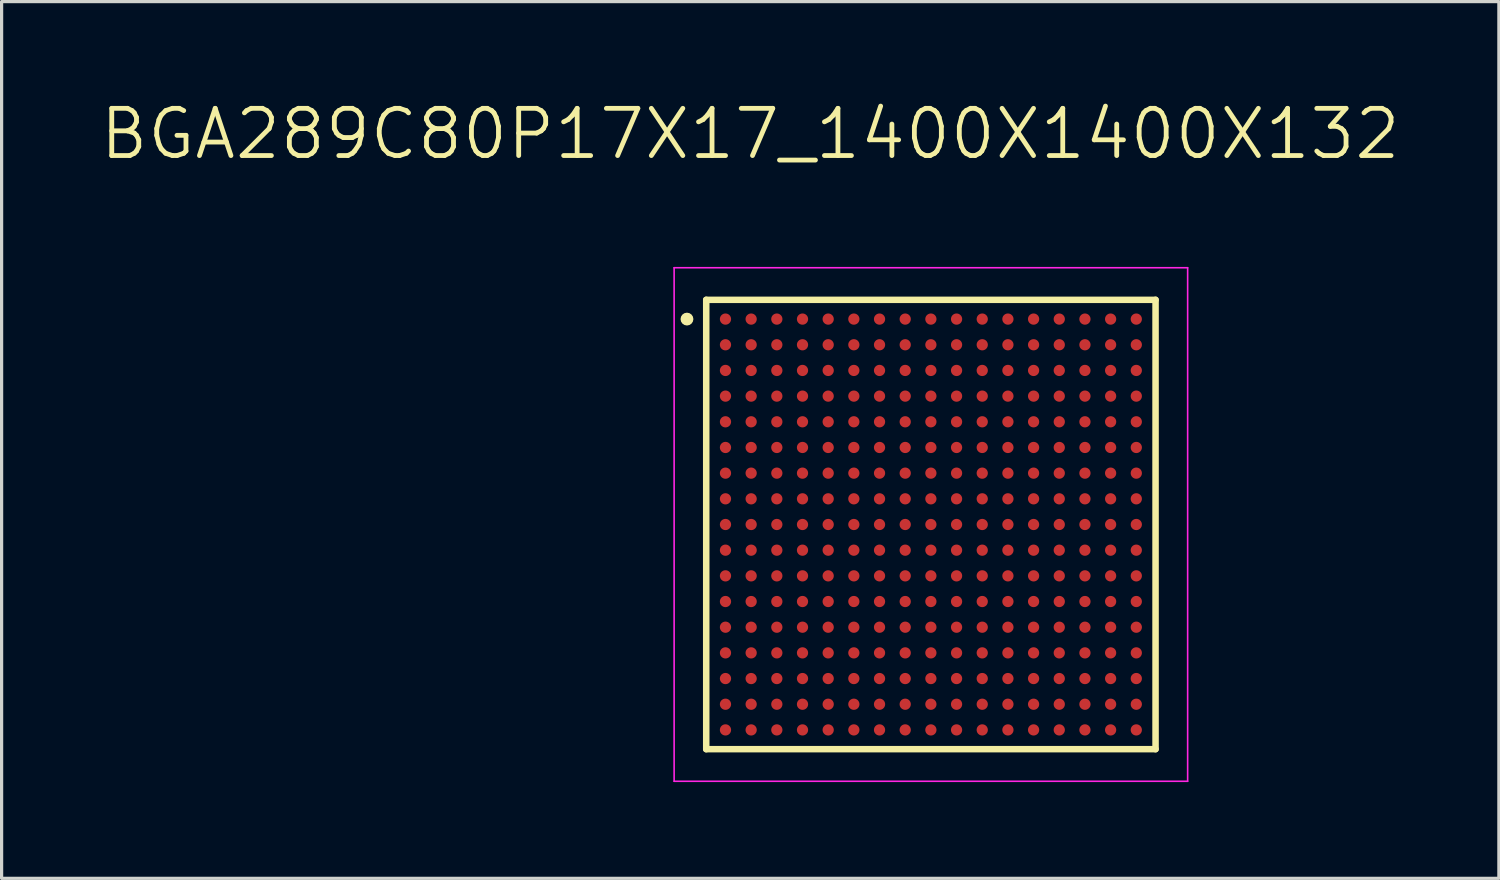
<source format=kicad_pcb>
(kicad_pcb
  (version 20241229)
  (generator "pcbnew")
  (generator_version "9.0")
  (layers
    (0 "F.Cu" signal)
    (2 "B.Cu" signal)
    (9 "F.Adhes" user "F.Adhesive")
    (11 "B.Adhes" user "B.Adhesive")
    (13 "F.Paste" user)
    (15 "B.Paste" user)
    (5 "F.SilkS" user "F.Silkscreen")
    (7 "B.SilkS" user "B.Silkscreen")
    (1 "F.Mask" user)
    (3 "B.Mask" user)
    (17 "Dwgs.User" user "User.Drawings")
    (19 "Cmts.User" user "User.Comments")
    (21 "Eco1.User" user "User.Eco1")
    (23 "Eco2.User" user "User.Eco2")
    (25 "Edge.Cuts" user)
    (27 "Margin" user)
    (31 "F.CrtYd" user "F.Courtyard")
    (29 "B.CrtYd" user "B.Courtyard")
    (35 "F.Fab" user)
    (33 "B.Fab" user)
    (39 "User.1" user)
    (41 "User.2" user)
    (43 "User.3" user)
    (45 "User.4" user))
  (footprint "BGA289C80P17X17_1400X1400X132"
    (layer "F.Cu")
    (at 25.954 13.292)
    (property "Reference" "BGA289C80P17X17_1400X1400X132" (at -5.628 -12.168 0) (layer "F.SilkS") (effects (font (size 1.471 1.471) (thickness 0.15))))
    (attr through_hole)
    (fp_line (start -7 -7) (end -7 7) (stroke (width 0.203) (type solid)) (layer "F.SilkS"))
    (fp_line (start -7 7) (end 7 7) (stroke (width 0.203) (type solid)) (layer "F.SilkS"))
    (fp_line (start 7 -7) (end -7 -7) (stroke (width 0.203) (type solid)) (layer "F.SilkS"))
    (fp_line (start 7 7) (end 7 -7) (stroke (width 0.203) (type solid)) (layer "F.SilkS"))
    (fp_circle (center -7.6 -6.4) (end -7.5 -6.4) (stroke (width 0.2) (type solid)) (fill no) (layer "F.SilkS"))
    (fp_line (start -8 -8) (end 8 -8) (stroke (width 0.05) (type solid)) (layer "F.CrtYd"))
    (fp_line (start -8 8) (end -8 -8) (stroke (width 0.05) (type solid)) (layer "F.CrtYd"))
    (fp_line (start 8 -8) (end 8 8) (stroke (width 0.05) (type solid)) (layer "F.CrtYd"))
    (fp_line (start 8 8) (end -8 8) (stroke (width 0.05) (type solid)) (layer "F.CrtYd"))
    (pad "A1" smd circle (at -6.4 -6.4) (size 0.35 0.35) (layers "F.Cu" "F.Mask" "F.Paste"))
    (pad "A2" smd circle (at -5.6 -6.4) (size 0.35 0.35) (layers "F.Cu" "F.Mask" "F.Paste"))
    (pad "A3" smd circle (at -4.8 -6.4) (size 0.35 0.35) (layers "F.Cu" "F.Mask" "F.Paste"))
    (pad "A4" smd circle (at -4 -6.4) (size 0.35 0.35) (layers "F.Cu" "F.Mask" "F.Paste"))
    (pad "A5" smd circle (at -3.2 -6.4) (size 0.35 0.35) (layers "F.Cu" "F.Mask" "F.Paste"))
    (pad "A6" smd circle (at -2.4 -6.4) (size 0.35 0.35) (layers "F.Cu" "F.Mask" "F.Paste"))
    (pad "A7" smd circle (at -1.6 -6.4) (size 0.35 0.35) (layers "F.Cu" "F.Mask" "F.Paste"))
    (pad "A8" smd circle (at -0.8 -6.4) (size 0.35 0.35) (layers "F.Cu" "F.Mask" "F.Paste"))
    (pad "A9" smd circle (at 0 -6.4) (size 0.35 0.35) (layers "F.Cu" "F.Mask" "F.Paste"))
    (pad "A10" smd circle (at 0.8 -6.4) (size 0.35 0.35) (layers "F.Cu" "F.Mask" "F.Paste"))
    (pad "A11" smd circle (at 1.6 -6.4) (size 0.35 0.35) (layers "F.Cu" "F.Mask" "F.Paste"))
    (pad "A12" smd circle (at 2.4 -6.4) (size 0.35 0.35) (layers "F.Cu" "F.Mask" "F.Paste"))
    (pad "A13" smd circle (at 3.2 -6.4) (size 0.35 0.35) (layers "F.Cu" "F.Mask" "F.Paste"))
    (pad "A14" smd circle (at 4 -6.4) (size 0.35 0.35) (layers "F.Cu" "F.Mask" "F.Paste"))
    (pad "A15" smd circle (at 4.8 -6.4) (size 0.35 0.35) (layers "F.Cu" "F.Mask" "F.Paste"))
    (pad "A16" smd circle (at 5.6 -6.4) (size 0.35 0.35) (layers "F.Cu" "F.Mask" "F.Paste"))
    (pad "A17" smd circle (at 6.4 -6.4) (size 0.35 0.35) (layers "F.Cu" "F.Mask" "F.Paste"))
    (pad "B1" smd circle (at -6.4 -5.6) (size 0.35 0.35) (layers "F.Cu" "F.Mask" "F.Paste"))
    (pad "B2" smd circle (at -5.6 -5.6) (size 0.35 0.35) (layers "F.Cu" "F.Mask" "F.Paste"))
    (pad "B3" smd circle (at -4.8 -5.6) (size 0.35 0.35) (layers "F.Cu" "F.Mask" "F.Paste"))
    (pad "B4" smd circle (at -4 -5.6) (size 0.35 0.35) (layers "F.Cu" "F.Mask" "F.Paste"))
    (pad "B5" smd circle (at -3.2 -5.6) (size 0.35 0.35) (layers "F.Cu" "F.Mask" "F.Paste"))
    (pad "B6" smd circle (at -2.4 -5.6) (size 0.35 0.35) (layers "F.Cu" "F.Mask" "F.Paste"))
    (pad "B7" smd circle (at -1.6 -5.6) (size 0.35 0.35) (layers "F.Cu" "F.Mask" "F.Paste"))
    (pad "B8" smd circle (at -0.8 -5.6) (size 0.35 0.35) (layers "F.Cu" "F.Mask" "F.Paste"))
    (pad "B9" smd circle (at 0 -5.6) (size 0.35 0.35) (layers "F.Cu" "F.Mask" "F.Paste"))
    (pad "B10" smd circle (at 0.8 -5.6) (size 0.35 0.35) (layers "F.Cu" "F.Mask" "F.Paste"))
    (pad "B11" smd circle (at 1.6 -5.6) (size 0.35 0.35) (layers "F.Cu" "F.Mask" "F.Paste"))
    (pad "B12" smd circle (at 2.4 -5.6) (size 0.35 0.35) (layers "F.Cu" "F.Mask" "F.Paste"))
    (pad "B13" smd circle (at 3.2 -5.6) (size 0.35 0.35) (layers "F.Cu" "F.Mask" "F.Paste"))
    (pad "B14" smd circle (at 4 -5.6) (size 0.35 0.35) (layers "F.Cu" "F.Mask" "F.Paste"))
    (pad "B15" smd circle (at 4.8 -5.6) (size 0.35 0.35) (layers "F.Cu" "F.Mask" "F.Paste"))
    (pad "B16" smd circle (at 5.6 -5.6) (size 0.35 0.35) (layers "F.Cu" "F.Mask" "F.Paste"))
    (pad "B17" smd circle (at 6.4 -5.6) (size 0.35 0.35) (layers "F.Cu" "F.Mask" "F.Paste"))
    (pad "C1" smd circle (at -6.4 -4.8) (size 0.35 0.35) (layers "F.Cu" "F.Mask" "F.Paste"))
    (pad "C2" smd circle (at -5.6 -4.8) (size 0.35 0.35) (layers "F.Cu" "F.Mask" "F.Paste"))
    (pad "C3" smd circle (at -4.8 -4.8) (size 0.35 0.35) (layers "F.Cu" "F.Mask" "F.Paste"))
    (pad "C4" smd circle (at -4 -4.8) (size 0.35 0.35) (layers "F.Cu" "F.Mask" "F.Paste"))
    (pad "C5" smd circle (at -3.2 -4.8) (size 0.35 0.35) (layers "F.Cu" "F.Mask" "F.Paste"))
    (pad "C6" smd circle (at -2.4 -4.8) (size 0.35 0.35) (layers "F.Cu" "F.Mask" "F.Paste"))
    (pad "C7" smd circle (at -1.6 -4.8) (size 0.35 0.35) (layers "F.Cu" "F.Mask" "F.Paste"))
    (pad "C8" smd circle (at -0.8 -4.8) (size 0.35 0.35) (layers "F.Cu" "F.Mask" "F.Paste"))
    (pad "C9" smd circle (at 0 -4.8) (size 0.35 0.35) (layers "F.Cu" "F.Mask" "F.Paste"))
    (pad "C10" smd circle (at 0.8 -4.8) (size 0.35 0.35) (layers "F.Cu" "F.Mask" "F.Paste"))
    (pad "C11" smd circle (at 1.6 -4.8) (size 0.35 0.35) (layers "F.Cu" "F.Mask" "F.Paste"))
    (pad "C12" smd circle (at 2.4 -4.8) (size 0.35 0.35) (layers "F.Cu" "F.Mask" "F.Paste"))
    (pad "C13" smd circle (at 3.2 -4.8) (size 0.35 0.35) (layers "F.Cu" "F.Mask" "F.Paste"))
    (pad "C14" smd circle (at 4 -4.8) (size 0.35 0.35) (layers "F.Cu" "F.Mask" "F.Paste"))
    (pad "C15" smd circle (at 4.8 -4.8) (size 0.35 0.35) (layers "F.Cu" "F.Mask" "F.Paste"))
    (pad "C16" smd circle (at 5.6 -4.8) (size 0.35 0.35) (layers "F.Cu" "F.Mask" "F.Paste"))
    (pad "C17" smd circle (at 6.4 -4.8) (size 0.35 0.35) (layers "F.Cu" "F.Mask" "F.Paste"))
    (pad "D1" smd circle (at -6.4 -4) (size 0.35 0.35) (layers "F.Cu" "F.Mask" "F.Paste"))
    (pad "D2" smd circle (at -5.6 -4) (size 0.35 0.35) (layers "F.Cu" "F.Mask" "F.Paste"))
    (pad "D3" smd circle (at -4.8 -4) (size 0.35 0.35) (layers "F.Cu" "F.Mask" "F.Paste"))
    (pad "D4" smd circle (at -4 -4) (size 0.35 0.35) (layers "F.Cu" "F.Mask" "F.Paste"))
    (pad "D5" smd circle (at -3.2 -4) (size 0.35 0.35) (layers "F.Cu" "F.Mask" "F.Paste"))
    (pad "D6" smd circle (at -2.4 -4) (size 0.35 0.35) (layers "F.Cu" "F.Mask" "F.Paste"))
    (pad "D7" smd circle (at -1.6 -4) (size 0.35 0.35) (layers "F.Cu" "F.Mask" "F.Paste"))
    (pad "D8" smd circle (at -0.8 -4) (size 0.35 0.35) (layers "F.Cu" "F.Mask" "F.Paste"))
    (pad "D9" smd circle (at 0 -4) (size 0.35 0.35) (layers "F.Cu" "F.Mask" "F.Paste"))
    (pad "D10" smd circle (at 0.8 -4) (size 0.35 0.35) (layers "F.Cu" "F.Mask" "F.Paste"))
    (pad "D11" smd circle (at 1.6 -4) (size 0.35 0.35) (layers "F.Cu" "F.Mask" "F.Paste"))
    (pad "D12" smd circle (at 2.4 -4) (size 0.35 0.35) (layers "F.Cu" "F.Mask" "F.Paste"))
    (pad "D13" smd circle (at 3.2 -4) (size 0.35 0.35) (layers "F.Cu" "F.Mask" "F.Paste"))
    (pad "D14" smd circle (at 4 -4) (size 0.35 0.35) (layers "F.Cu" "F.Mask" "F.Paste"))
    (pad "D15" smd circle (at 4.8 -4) (size 0.35 0.35) (layers "F.Cu" "F.Mask" "F.Paste"))
    (pad "D16" smd circle (at 5.6 -4) (size 0.35 0.35) (layers "F.Cu" "F.Mask" "F.Paste"))
    (pad "D17" smd circle (at 6.4 -4) (size 0.35 0.35) (layers "F.Cu" "F.Mask" "F.Paste"))
    (pad "E1" smd circle (at -6.4 -3.2) (size 0.35 0.35) (layers "F.Cu" "F.Mask" "F.Paste"))
    (pad "E2" smd circle (at -5.6 -3.2) (size 0.35 0.35) (layers "F.Cu" "F.Mask" "F.Paste"))
    (pad "E3" smd circle (at -4.8 -3.2) (size 0.35 0.35) (layers "F.Cu" "F.Mask" "F.Paste"))
    (pad "E4" smd circle (at -4 -3.2) (size 0.35 0.35) (layers "F.Cu" "F.Mask" "F.Paste"))
    (pad "E5" smd circle (at -3.2 -3.2) (size 0.35 0.35) (layers "F.Cu" "F.Mask" "F.Paste"))
    (pad "E6" smd circle (at -2.4 -3.2) (size 0.35 0.35) (layers "F.Cu" "F.Mask" "F.Paste"))
    (pad "E7" smd circle (at -1.6 -3.2) (size 0.35 0.35) (layers "F.Cu" "F.Mask" "F.Paste"))
    (pad "E8" smd circle (at -0.8 -3.2) (size 0.35 0.35) (layers "F.Cu" "F.Mask" "F.Paste"))
    (pad "E9" smd circle (at 0 -3.2) (size 0.35 0.35) (layers "F.Cu" "F.Mask" "F.Paste"))
    (pad "E10" smd circle (at 0.8 -3.2) (size 0.35 0.35) (layers "F.Cu" "F.Mask" "F.Paste"))
    (pad "E11" smd circle (at 1.6 -3.2) (size 0.35 0.35) (layers "F.Cu" "F.Mask" "F.Paste"))
    (pad "E12" smd circle (at 2.4 -3.2) (size 0.35 0.35) (layers "F.Cu" "F.Mask" "F.Paste"))
    (pad "E13" smd circle (at 3.2 -3.2) (size 0.35 0.35) (layers "F.Cu" "F.Mask" "F.Paste"))
    (pad "E14" smd circle (at 4 -3.2) (size 0.35 0.35) (layers "F.Cu" "F.Mask" "F.Paste"))
    (pad "E15" smd circle (at 4.8 -3.2) (size 0.35 0.35) (layers "F.Cu" "F.Mask" "F.Paste"))
    (pad "E16" smd circle (at 5.6 -3.2) (size 0.35 0.35) (layers "F.Cu" "F.Mask" "F.Paste"))
    (pad "E17" smd circle (at 6.4 -3.2) (size 0.35 0.35) (layers "F.Cu" "F.Mask" "F.Paste"))
    (pad "F1" smd circle (at -6.4 -2.4) (size 0.35 0.35) (layers "F.Cu" "F.Mask" "F.Paste"))
    (pad "F2" smd circle (at -5.6 -2.4) (size 0.35 0.35) (layers "F.Cu" "F.Mask" "F.Paste"))
    (pad "F3" smd circle (at -4.8 -2.4) (size 0.35 0.35) (layers "F.Cu" "F.Mask" "F.Paste"))
    (pad "F4" smd circle (at -4 -2.4) (size 0.35 0.35) (layers "F.Cu" "F.Mask" "F.Paste"))
    (pad "F5" smd circle (at -3.2 -2.4) (size 0.35 0.35) (layers "F.Cu" "F.Mask" "F.Paste"))
    (pad "F6" smd circle (at -2.4 -2.4) (size 0.35 0.35) (layers "F.Cu" "F.Mask" "F.Paste"))
    (pad "F7" smd circle (at -1.6 -2.4) (size 0.35 0.35) (layers "F.Cu" "F.Mask" "F.Paste"))
    (pad "F8" smd circle (at -0.8 -2.4) (size 0.35 0.35) (layers "F.Cu" "F.Mask" "F.Paste"))
    (pad "F9" smd circle (at 0 -2.4) (size 0.35 0.35) (layers "F.Cu" "F.Mask" "F.Paste"))
    (pad "F10" smd circle (at 0.8 -2.4) (size 0.35 0.35) (layers "F.Cu" "F.Mask" "F.Paste"))
    (pad "F11" smd circle (at 1.6 -2.4) (size 0.35 0.35) (layers "F.Cu" "F.Mask" "F.Paste"))
    (pad "F12" smd circle (at 2.4 -2.4) (size 0.35 0.35) (layers "F.Cu" "F.Mask" "F.Paste"))
    (pad "F13" smd circle (at 3.2 -2.4) (size 0.35 0.35) (layers "F.Cu" "F.Mask" "F.Paste"))
    (pad "F14" smd circle (at 4 -2.4) (size 0.35 0.35) (layers "F.Cu" "F.Mask" "F.Paste"))
    (pad "F15" smd circle (at 4.8 -2.4) (size 0.35 0.35) (layers "F.Cu" "F.Mask" "F.Paste"))
    (pad "F16" smd circle (at 5.6 -2.4) (size 0.35 0.35) (layers "F.Cu" "F.Mask" "F.Paste"))
    (pad "F17" smd circle (at 6.4 -2.4) (size 0.35 0.35) (layers "F.Cu" "F.Mask" "F.Paste"))
    (pad "G1" smd circle (at -6.4 -1.6) (size 0.35 0.35) (layers "F.Cu" "F.Mask" "F.Paste"))
    (pad "G2" smd circle (at -5.6 -1.6) (size 0.35 0.35) (layers "F.Cu" "F.Mask" "F.Paste"))
    (pad "G3" smd circle (at -4.8 -1.6) (size 0.35 0.35) (layers "F.Cu" "F.Mask" "F.Paste"))
    (pad "G4" smd circle (at -4 -1.6) (size 0.35 0.35) (layers "F.Cu" "F.Mask" "F.Paste"))
    (pad "G5" smd circle (at -3.2 -1.6) (size 0.35 0.35) (layers "F.Cu" "F.Mask" "F.Paste"))
    (pad "G6" smd circle (at -2.4 -1.6) (size 0.35 0.35) (layers "F.Cu" "F.Mask" "F.Paste"))
    (pad "G7" smd circle (at -1.6 -1.6) (size 0.35 0.35) (layers "F.Cu" "F.Mask" "F.Paste"))
    (pad "G8" smd circle (at -0.8 -1.6) (size 0.35 0.35) (layers "F.Cu" "F.Mask" "F.Paste"))
    (pad "G9" smd circle (at 0 -1.6) (size 0.35 0.35) (layers "F.Cu" "F.Mask" "F.Paste"))
    (pad "G10" smd circle (at 0.8 -1.6) (size 0.35 0.35) (layers "F.Cu" "F.Mask" "F.Paste"))
    (pad "G11" smd circle (at 1.6 -1.6) (size 0.35 0.35) (layers "F.Cu" "F.Mask" "F.Paste"))
    (pad "G12" smd circle (at 2.4 -1.6) (size 0.35 0.35) (layers "F.Cu" "F.Mask" "F.Paste"))
    (pad "G13" smd circle (at 3.2 -1.6) (size 0.35 0.35) (layers "F.Cu" "F.Mask" "F.Paste"))
    (pad "G14" smd circle (at 4 -1.6) (size 0.35 0.35) (layers "F.Cu" "F.Mask" "F.Paste"))
    (pad "G15" smd circle (at 4.8 -1.6) (size 0.35 0.35) (layers "F.Cu" "F.Mask" "F.Paste"))
    (pad "G16" smd circle (at 5.6 -1.6) (size 0.35 0.35) (layers "F.Cu" "F.Mask" "F.Paste"))
    (pad "G17" smd circle (at 6.4 -1.6) (size 0.35 0.35) (layers "F.Cu" "F.Mask" "F.Paste"))
    (pad "H1" smd circle (at -6.4 -0.8) (size 0.35 0.35) (layers "F.Cu" "F.Mask" "F.Paste"))
    (pad "H2" smd circle (at -5.6 -0.8) (size 0.35 0.35) (layers "F.Cu" "F.Mask" "F.Paste"))
    (pad "H3" smd circle (at -4.8 -0.8) (size 0.35 0.35) (layers "F.Cu" "F.Mask" "F.Paste"))
    (pad "H4" smd circle (at -4 -0.8) (size 0.35 0.35) (layers "F.Cu" "F.Mask" "F.Paste"))
    (pad "H5" smd circle (at -3.2 -0.8) (size 0.35 0.35) (layers "F.Cu" "F.Mask" "F.Paste"))
    (pad "H6" smd circle (at -2.4 -0.8) (size 0.35 0.35) (layers "F.Cu" "F.Mask" "F.Paste"))
    (pad "H7" smd circle (at -1.6 -0.8) (size 0.35 0.35) (layers "F.Cu" "F.Mask" "F.Paste"))
    (pad "H8" smd circle (at -0.8 -0.8) (size 0.35 0.35) (layers "F.Cu" "F.Mask" "F.Paste"))
    (pad "H9" smd circle (at 0 -0.8) (size 0.35 0.35) (layers "F.Cu" "F.Mask" "F.Paste"))
    (pad "H10" smd circle (at 0.8 -0.8) (size 0.35 0.35) (layers "F.Cu" "F.Mask" "F.Paste"))
    (pad "H11" smd circle (at 1.6 -0.8) (size 0.35 0.35) (layers "F.Cu" "F.Mask" "F.Paste"))
    (pad "H12" smd circle (at 2.4 -0.8) (size 0.35 0.35) (layers "F.Cu" "F.Mask" "F.Paste"))
    (pad "H13" smd circle (at 3.2 -0.8) (size 0.35 0.35) (layers "F.Cu" "F.Mask" "F.Paste"))
    (pad "H14" smd circle (at 4 -0.8) (size 0.35 0.35) (layers "F.Cu" "F.Mask" "F.Paste"))
    (pad "H15" smd circle (at 4.8 -0.8) (size 0.35 0.35) (layers "F.Cu" "F.Mask" "F.Paste"))
    (pad "H16" smd circle (at 5.6 -0.8) (size 0.35 0.35) (layers "F.Cu" "F.Mask" "F.Paste"))
    (pad "H17" smd circle (at 6.4 -0.8) (size 0.35 0.35) (layers "F.Cu" "F.Mask" "F.Paste"))
    (pad "J1" smd circle (at -6.4 0) (size 0.35 0.35) (layers "F.Cu" "F.Mask" "F.Paste"))
    (pad "J2" smd circle (at -5.6 0) (size 0.35 0.35) (layers "F.Cu" "F.Mask" "F.Paste"))
    (pad "J3" smd circle (at -4.8 0) (size 0.35 0.35) (layers "F.Cu" "F.Mask" "F.Paste"))
    (pad "J4" smd circle (at -4 0) (size 0.35 0.35) (layers "F.Cu" "F.Mask" "F.Paste"))
    (pad "J5" smd circle (at -3.2 0) (size 0.35 0.35) (layers "F.Cu" "F.Mask" "F.Paste"))
    (pad "J6" smd circle (at -2.4 0) (size 0.35 0.35) (layers "F.Cu" "F.Mask" "F.Paste"))
    (pad "J7" smd circle (at -1.6 0) (size 0.35 0.35) (layers "F.Cu" "F.Mask" "F.Paste"))
    (pad "J8" smd circle (at -0.8 0) (size 0.35 0.35) (layers "F.Cu" "F.Mask" "F.Paste"))
    (pad "J9" smd circle (at 0 0) (size 0.35 0.35) (layers "F.Cu" "F.Mask" "F.Paste"))
    (pad "J10" smd circle (at 0.8 0) (size 0.35 0.35) (layers "F.Cu" "F.Mask" "F.Paste"))
    (pad "J11" smd circle (at 1.6 0) (size 0.35 0.35) (layers "F.Cu" "F.Mask" "F.Paste"))
    (pad "J12" smd circle (at 2.4 0) (size 0.35 0.35) (layers "F.Cu" "F.Mask" "F.Paste"))
    (pad "J13" smd circle (at 3.2 0) (size 0.35 0.35) (layers "F.Cu" "F.Mask" "F.Paste"))
    (pad "J14" smd circle (at 4 0) (size 0.35 0.35) (layers "F.Cu" "F.Mask" "F.Paste"))
    (pad "J15" smd circle (at 4.8 0) (size 0.35 0.35) (layers "F.Cu" "F.Mask" "F.Paste"))
    (pad "J16" smd circle (at 5.6 0) (size 0.35 0.35) (layers "F.Cu" "F.Mask" "F.Paste"))
    (pad "J17" smd circle (at 6.4 0) (size 0.35 0.35) (layers "F.Cu" "F.Mask" "F.Paste"))
    (pad "K1" smd circle (at -6.4 0.8) (size 0.35 0.35) (layers "F.Cu" "F.Mask" "F.Paste"))
    (pad "K2" smd circle (at -5.6 0.8) (size 0.35 0.35) (layers "F.Cu" "F.Mask" "F.Paste"))
    (pad "K3" smd circle (at -4.8 0.8) (size 0.35 0.35) (layers "F.Cu" "F.Mask" "F.Paste"))
    (pad "K4" smd circle (at -4 0.8) (size 0.35 0.35) (layers "F.Cu" "F.Mask" "F.Paste"))
    (pad "K5" smd circle (at -3.2 0.8) (size 0.35 0.35) (layers "F.Cu" "F.Mask" "F.Paste"))
    (pad "K6" smd circle (at -2.4 0.8) (size 0.35 0.35) (layers "F.Cu" "F.Mask" "F.Paste"))
    (pad "K7" smd circle (at -1.6 0.8) (size 0.35 0.35) (layers "F.Cu" "F.Mask" "F.Paste"))
    (pad "K8" smd circle (at -0.8 0.8) (size 0.35 0.35) (layers "F.Cu" "F.Mask" "F.Paste"))
    (pad "K9" smd circle (at 0 0.8) (size 0.35 0.35) (layers "F.Cu" "F.Mask" "F.Paste"))
    (pad "K10" smd circle (at 0.8 0.8) (size 0.35 0.35) (layers "F.Cu" "F.Mask" "F.Paste"))
    (pad "K11" smd circle (at 1.6 0.8) (size 0.35 0.35) (layers "F.Cu" "F.Mask" "F.Paste"))
    (pad "K12" smd circle (at 2.4 0.8) (size 0.35 0.35) (layers "F.Cu" "F.Mask" "F.Paste"))
    (pad "K13" smd circle (at 3.2 0.8) (size 0.35 0.35) (layers "F.Cu" "F.Mask" "F.Paste"))
    (pad "K14" smd circle (at 4 0.8) (size 0.35 0.35) (layers "F.Cu" "F.Mask" "F.Paste"))
    (pad "K15" smd circle (at 4.8 0.8) (size 0.35 0.35) (layers "F.Cu" "F.Mask" "F.Paste"))
    (pad "K16" smd circle (at 5.6 0.8) (size 0.35 0.35) (layers "F.Cu" "F.Mask" "F.Paste"))
    (pad "K17" smd circle (at 6.4 0.8) (size 0.35 0.35) (layers "F.Cu" "F.Mask" "F.Paste"))
    (pad "L1" smd circle (at -6.4 1.6) (size 0.35 0.35) (layers "F.Cu" "F.Mask" "F.Paste"))
    (pad "L2" smd circle (at -5.6 1.6) (size 0.35 0.35) (layers "F.Cu" "F.Mask" "F.Paste"))
    (pad "L3" smd circle (at -4.8 1.6) (size 0.35 0.35) (layers "F.Cu" "F.Mask" "F.Paste"))
    (pad "L4" smd circle (at -4 1.6) (size 0.35 0.35) (layers "F.Cu" "F.Mask" "F.Paste"))
    (pad "L5" smd circle (at -3.2 1.6) (size 0.35 0.35) (layers "F.Cu" "F.Mask" "F.Paste"))
    (pad "L6" smd circle (at -2.4 1.6) (size 0.35 0.35) (layers "F.Cu" "F.Mask" "F.Paste"))
    (pad "L7" smd circle (at -1.6 1.6) (size 0.35 0.35) (layers "F.Cu" "F.Mask" "F.Paste"))
    (pad "L8" smd circle (at -0.8 1.6) (size 0.35 0.35) (layers "F.Cu" "F.Mask" "F.Paste"))
    (pad "L9" smd circle (at 0 1.6) (size 0.35 0.35) (layers "F.Cu" "F.Mask" "F.Paste"))
    (pad "L10" smd circle (at 0.8 1.6) (size 0.35 0.35) (layers "F.Cu" "F.Mask" "F.Paste"))
    (pad "L11" smd circle (at 1.6 1.6) (size 0.35 0.35) (layers "F.Cu" "F.Mask" "F.Paste"))
    (pad "L12" smd circle (at 2.4 1.6) (size 0.35 0.35) (layers "F.Cu" "F.Mask" "F.Paste"))
    (pad "L13" smd circle (at 3.2 1.6) (size 0.35 0.35) (layers "F.Cu" "F.Mask" "F.Paste"))
    (pad "L14" smd circle (at 4 1.6) (size 0.35 0.35) (layers "F.Cu" "F.Mask" "F.Paste"))
    (pad "L15" smd circle (at 4.8 1.6) (size 0.35 0.35) (layers "F.Cu" "F.Mask" "F.Paste"))
    (pad "L16" smd circle (at 5.6 1.6) (size 0.35 0.35) (layers "F.Cu" "F.Mask" "F.Paste"))
    (pad "L17" smd circle (at 6.4 1.6) (size 0.35 0.35) (layers "F.Cu" "F.Mask" "F.Paste"))
    (pad "M1" smd circle (at -6.4 2.4) (size 0.35 0.35) (layers "F.Cu" "F.Mask" "F.Paste"))
    (pad "M2" smd circle (at -5.6 2.4) (size 0.35 0.35) (layers "F.Cu" "F.Mask" "F.Paste"))
    (pad "M3" smd circle (at -4.8 2.4) (size 0.35 0.35) (layers "F.Cu" "F.Mask" "F.Paste"))
    (pad "M4" smd circle (at -4 2.4) (size 0.35 0.35) (layers "F.Cu" "F.Mask" "F.Paste"))
    (pad "M5" smd circle (at -3.2 2.4) (size 0.35 0.35) (layers "F.Cu" "F.Mask" "F.Paste"))
    (pad "M6" smd circle (at -2.4 2.4) (size 0.35 0.35) (layers "F.Cu" "F.Mask" "F.Paste"))
    (pad "M7" smd circle (at -1.6 2.4) (size 0.35 0.35) (layers "F.Cu" "F.Mask" "F.Paste"))
    (pad "M8" smd circle (at -0.8 2.4) (size 0.35 0.35) (layers "F.Cu" "F.Mask" "F.Paste"))
    (pad "M9" smd circle (at 0 2.4) (size 0.35 0.35) (layers "F.Cu" "F.Mask" "F.Paste"))
    (pad "M10" smd circle (at 0.8 2.4) (size 0.35 0.35) (layers "F.Cu" "F.Mask" "F.Paste"))
    (pad "M11" smd circle (at 1.6 2.4) (size 0.35 0.35) (layers "F.Cu" "F.Mask" "F.Paste"))
    (pad "M12" smd circle (at 2.4 2.4) (size 0.35 0.35) (layers "F.Cu" "F.Mask" "F.Paste"))
    (pad "M13" smd circle (at 3.2 2.4) (size 0.35 0.35) (layers "F.Cu" "F.Mask" "F.Paste"))
    (pad "M14" smd circle (at 4 2.4) (size 0.35 0.35) (layers "F.Cu" "F.Mask" "F.Paste"))
    (pad "M15" smd circle (at 4.8 2.4) (size 0.35 0.35) (layers "F.Cu" "F.Mask" "F.Paste"))
    (pad "M16" smd circle (at 5.6 2.4) (size 0.35 0.35) (layers "F.Cu" "F.Mask" "F.Paste"))
    (pad "M17" smd circle (at 6.4 2.4) (size 0.35 0.35) (layers "F.Cu" "F.Mask" "F.Paste"))
    (pad "N1" smd circle (at -6.4 3.2) (size 0.35 0.35) (layers "F.Cu" "F.Mask" "F.Paste"))
    (pad "N2" smd circle (at -5.6 3.2) (size 0.35 0.35) (layers "F.Cu" "F.Mask" "F.Paste"))
    (pad "N3" smd circle (at -4.8 3.2) (size 0.35 0.35) (layers "F.Cu" "F.Mask" "F.Paste"))
    (pad "N4" smd circle (at -4 3.2) (size 0.35 0.35) (layers "F.Cu" "F.Mask" "F.Paste"))
    (pad "N5" smd circle (at -3.2 3.2) (size 0.35 0.35) (layers "F.Cu" "F.Mask" "F.Paste"))
    (pad "N6" smd circle (at -2.4 3.2) (size 0.35 0.35) (layers "F.Cu" "F.Mask" "F.Paste"))
    (pad "N7" smd circle (at -1.6 3.2) (size 0.35 0.35) (layers "F.Cu" "F.Mask" "F.Paste"))
    (pad "N8" smd circle (at -0.8 3.2) (size 0.35 0.35) (layers "F.Cu" "F.Mask" "F.Paste"))
    (pad "N9" smd circle (at 0 3.2) (size 0.35 0.35) (layers "F.Cu" "F.Mask" "F.Paste"))
    (pad "N10" smd circle (at 0.8 3.2) (size 0.35 0.35) (layers "F.Cu" "F.Mask" "F.Paste"))
    (pad "N11" smd circle (at 1.6 3.2) (size 0.35 0.35) (layers "F.Cu" "F.Mask" "F.Paste"))
    (pad "N12" smd circle (at 2.4 3.2) (size 0.35 0.35) (layers "F.Cu" "F.Mask" "F.Paste"))
    (pad "N13" smd circle (at 3.2 3.2) (size 0.35 0.35) (layers "F.Cu" "F.Mask" "F.Paste"))
    (pad "N14" smd circle (at 4 3.2) (size 0.35 0.35) (layers "F.Cu" "F.Mask" "F.Paste"))
    (pad "N15" smd circle (at 4.8 3.2) (size 0.35 0.35) (layers "F.Cu" "F.Mask" "F.Paste"))
    (pad "N16" smd circle (at 5.6 3.2) (size 0.35 0.35) (layers "F.Cu" "F.Mask" "F.Paste"))
    (pad "N17" smd circle (at 6.4 3.2) (size 0.35 0.35) (layers "F.Cu" "F.Mask" "F.Paste"))
    (pad "P1" smd circle (at -6.4 4) (size 0.35 0.35) (layers "F.Cu" "F.Mask" "F.Paste"))
    (pad "P2" smd circle (at -5.6 4) (size 0.35 0.35) (layers "F.Cu" "F.Mask" "F.Paste"))
    (pad "P3" smd circle (at -4.8 4) (size 0.35 0.35) (layers "F.Cu" "F.Mask" "F.Paste"))
    (pad "P4" smd circle (at -4 4) (size 0.35 0.35) (layers "F.Cu" "F.Mask" "F.Paste"))
    (pad "P5" smd circle (at -3.2 4) (size 0.35 0.35) (layers "F.Cu" "F.Mask" "F.Paste"))
    (pad "P6" smd circle (at -2.4 4) (size 0.35 0.35) (layers "F.Cu" "F.Mask" "F.Paste"))
    (pad "P7" smd circle (at -1.6 4) (size 0.35 0.35) (layers "F.Cu" "F.Mask" "F.Paste"))
    (pad "P8" smd circle (at -0.8 4) (size 0.35 0.35) (layers "F.Cu" "F.Mask" "F.Paste"))
    (pad "P9" smd circle (at 0 4) (size 0.35 0.35) (layers "F.Cu" "F.Mask" "F.Paste"))
    (pad "P10" smd circle (at 0.8 4) (size 0.35 0.35) (layers "F.Cu" "F.Mask" "F.Paste"))
    (pad "P11" smd circle (at 1.6 4) (size 0.35 0.35) (layers "F.Cu" "F.Mask" "F.Paste"))
    (pad "P12" smd circle (at 2.4 4) (size 0.35 0.35) (layers "F.Cu" "F.Mask" "F.Paste"))
    (pad "P13" smd circle (at 3.2 4) (size 0.35 0.35) (layers "F.Cu" "F.Mask" "F.Paste"))
    (pad "P14" smd circle (at 4 4) (size 0.35 0.35) (layers "F.Cu" "F.Mask" "F.Paste"))
    (pad "P15" smd circle (at 4.8 4) (size 0.35 0.35) (layers "F.Cu" "F.Mask" "F.Paste"))
    (pad "P16" smd circle (at 5.6 4) (size 0.35 0.35) (layers "F.Cu" "F.Mask" "F.Paste"))
    (pad "P17" smd circle (at 6.4 4) (size 0.35 0.35) (layers "F.Cu" "F.Mask" "F.Paste"))
    (pad "R1" smd circle (at -6.4 4.8) (size 0.35 0.35) (layers "F.Cu" "F.Mask" "F.Paste"))
    (pad "R2" smd circle (at -5.6 4.8) (size 0.35 0.35) (layers "F.Cu" "F.Mask" "F.Paste"))
    (pad "R3" smd circle (at -4.8 4.8) (size 0.35 0.35) (layers "F.Cu" "F.Mask" "F.Paste"))
    (pad "R4" smd circle (at -4 4.8) (size 0.35 0.35) (layers "F.Cu" "F.Mask" "F.Paste"))
    (pad "R5" smd circle (at -3.2 4.8) (size 0.35 0.35) (layers "F.Cu" "F.Mask" "F.Paste"))
    (pad "R6" smd circle (at -2.4 4.8) (size 0.35 0.35) (layers "F.Cu" "F.Mask" "F.Paste"))
    (pad "R7" smd circle (at -1.6 4.8) (size 0.35 0.35) (layers "F.Cu" "F.Mask" "F.Paste"))
    (pad "R8" smd circle (at -0.8 4.8) (size 0.35 0.35) (layers "F.Cu" "F.Mask" "F.Paste"))
    (pad "R9" smd circle (at 0 4.8) (size 0.35 0.35) (layers "F.Cu" "F.Mask" "F.Paste"))
    (pad "R10" smd circle (at 0.8 4.8) (size 0.35 0.35) (layers "F.Cu" "F.Mask" "F.Paste"))
    (pad "R11" smd circle (at 1.6 4.8) (size 0.35 0.35) (layers "F.Cu" "F.Mask" "F.Paste"))
    (pad "R12" smd circle (at 2.4 4.8) (size 0.35 0.35) (layers "F.Cu" "F.Mask" "F.Paste"))
    (pad "R13" smd circle (at 3.2 4.8) (size 0.35 0.35) (layers "F.Cu" "F.Mask" "F.Paste"))
    (pad "R14" smd circle (at 4 4.8) (size 0.35 0.35) (layers "F.Cu" "F.Mask" "F.Paste"))
    (pad "R15" smd circle (at 4.8 4.8) (size 0.35 0.35) (layers "F.Cu" "F.Mask" "F.Paste"))
    (pad "R16" smd circle (at 5.6 4.8) (size 0.35 0.35) (layers "F.Cu" "F.Mask" "F.Paste"))
    (pad "R17" smd circle (at 6.4 4.8) (size 0.35 0.35) (layers "F.Cu" "F.Mask" "F.Paste"))
    (pad "T1" smd circle (at -6.4 5.6) (size 0.35 0.35) (layers "F.Cu" "F.Mask" "F.Paste"))
    (pad "T2" smd circle (at -5.6 5.6) (size 0.35 0.35) (layers "F.Cu" "F.Mask" "F.Paste"))
    (pad "T3" smd circle (at -4.8 5.6) (size 0.35 0.35) (layers "F.Cu" "F.Mask" "F.Paste"))
    (pad "T4" smd circle (at -4 5.6) (size 0.35 0.35) (layers "F.Cu" "F.Mask" "F.Paste"))
    (pad "T5" smd circle (at -3.2 5.6) (size 0.35 0.35) (layers "F.Cu" "F.Mask" "F.Paste"))
    (pad "T6" smd circle (at -2.4 5.6) (size 0.35 0.35) (layers "F.Cu" "F.Mask" "F.Paste"))
    (pad "T7" smd circle (at -1.6 5.6) (size 0.35 0.35) (layers "F.Cu" "F.Mask" "F.Paste"))
    (pad "T8" smd circle (at -0.8 5.6) (size 0.35 0.35) (layers "F.Cu" "F.Mask" "F.Paste"))
    (pad "T9" smd circle (at 0 5.6) (size 0.35 0.35) (layers "F.Cu" "F.Mask" "F.Paste"))
    (pad "T10" smd circle (at 0.8 5.6) (size 0.35 0.35) (layers "F.Cu" "F.Mask" "F.Paste"))
    (pad "T11" smd circle (at 1.6 5.6) (size 0.35 0.35) (layers "F.Cu" "F.Mask" "F.Paste"))
    (pad "T12" smd circle (at 2.4 5.6) (size 0.35 0.35) (layers "F.Cu" "F.Mask" "F.Paste"))
    (pad "T13" smd circle (at 3.2 5.6) (size 0.35 0.35) (layers "F.Cu" "F.Mask" "F.Paste"))
    (pad "T14" smd circle (at 4 5.6) (size 0.35 0.35) (layers "F.Cu" "F.Mask" "F.Paste"))
    (pad "T15" smd circle (at 4.8 5.6) (size 0.35 0.35) (layers "F.Cu" "F.Mask" "F.Paste"))
    (pad "T16" smd circle (at 5.6 5.6) (size 0.35 0.35) (layers "F.Cu" "F.Mask" "F.Paste"))
    (pad "T17" smd circle (at 6.4 5.6) (size 0.35 0.35) (layers "F.Cu" "F.Mask" "F.Paste"))
    (pad "U1" smd circle (at -6.4 6.4) (size 0.35 0.35) (layers "F.Cu" "F.Mask" "F.Paste"))
    (pad "U2" smd circle (at -5.6 6.4) (size 0.35 0.35) (layers "F.Cu" "F.Mask" "F.Paste"))
    (pad "U3" smd circle (at -4.8 6.4) (size 0.35 0.35) (layers "F.Cu" "F.Mask" "F.Paste"))
    (pad "U4" smd circle (at -4 6.4) (size 0.35 0.35) (layers "F.Cu" "F.Mask" "F.Paste"))
    (pad "U5" smd circle (at -3.2 6.4) (size 0.35 0.35) (layers "F.Cu" "F.Mask" "F.Paste"))
    (pad "U6" smd circle (at -2.4 6.4) (size 0.35 0.35) (layers "F.Cu" "F.Mask" "F.Paste"))
    (pad "U7" smd circle (at -1.6 6.4) (size 0.35 0.35) (layers "F.Cu" "F.Mask" "F.Paste"))
    (pad "U8" smd circle (at -0.8 6.4) (size 0.35 0.35) (layers "F.Cu" "F.Mask" "F.Paste"))
    (pad "U9" smd circle (at 0 6.4) (size 0.35 0.35) (layers "F.Cu" "F.Mask" "F.Paste"))
    (pad "U10" smd circle (at 0.8 6.4) (size 0.35 0.35) (layers "F.Cu" "F.Mask" "F.Paste"))
    (pad "U11" smd circle (at 1.6 6.4) (size 0.35 0.35) (layers "F.Cu" "F.Mask" "F.Paste"))
    (pad "U12" smd circle (at 2.4 6.4) (size 0.35 0.35) (layers "F.Cu" "F.Mask" "F.Paste"))
    (pad "U13" smd circle (at 3.2 6.4) (size 0.35 0.35) (layers "F.Cu" "F.Mask" "F.Paste"))
    (pad "U14" smd circle (at 4 6.4) (size 0.35 0.35) (layers "F.Cu" "F.Mask" "F.Paste"))
    (pad "U15" smd circle (at 4.8 6.4) (size 0.35 0.35) (layers "F.Cu" "F.Mask" "F.Paste"))
    (pad "U16" smd circle (at 5.6 6.4) (size 0.35 0.35) (layers "F.Cu" "F.Mask" "F.Paste"))
    (pad "U17" smd circle (at 6.4 6.4) (size 0.35 0.35) (layers "F.Cu" "F.Mask" "F.Paste")))
  (gr_rect
    (start -3 -3)
    (end 43.651 24.317)
    (stroke (width 0.1) (type default))
    (fill no)
    (layer "Edge.Cuts")))
</source>
